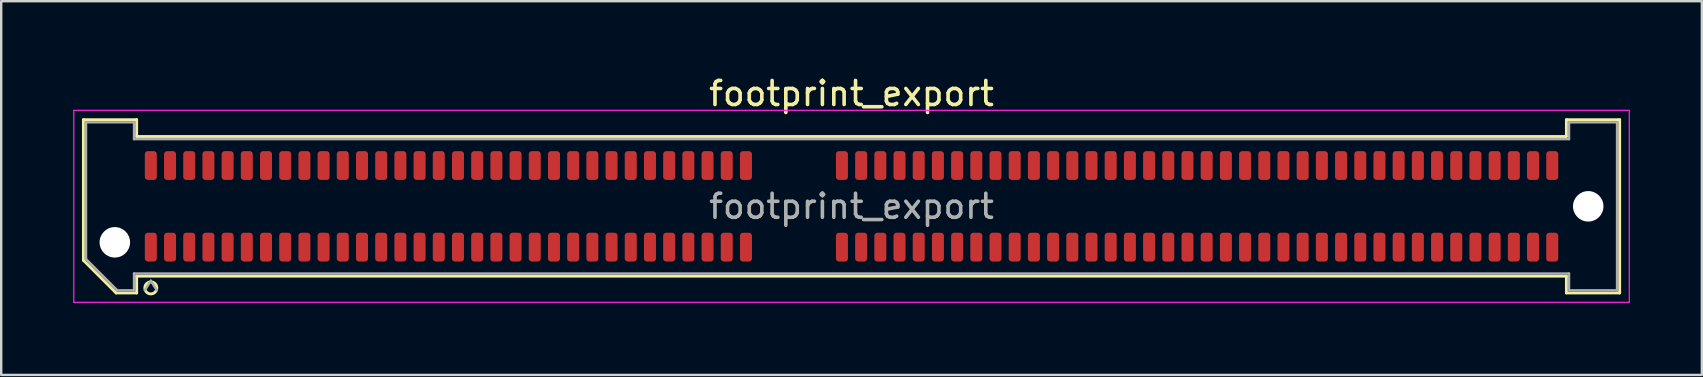
<source format=kicad_pcb>
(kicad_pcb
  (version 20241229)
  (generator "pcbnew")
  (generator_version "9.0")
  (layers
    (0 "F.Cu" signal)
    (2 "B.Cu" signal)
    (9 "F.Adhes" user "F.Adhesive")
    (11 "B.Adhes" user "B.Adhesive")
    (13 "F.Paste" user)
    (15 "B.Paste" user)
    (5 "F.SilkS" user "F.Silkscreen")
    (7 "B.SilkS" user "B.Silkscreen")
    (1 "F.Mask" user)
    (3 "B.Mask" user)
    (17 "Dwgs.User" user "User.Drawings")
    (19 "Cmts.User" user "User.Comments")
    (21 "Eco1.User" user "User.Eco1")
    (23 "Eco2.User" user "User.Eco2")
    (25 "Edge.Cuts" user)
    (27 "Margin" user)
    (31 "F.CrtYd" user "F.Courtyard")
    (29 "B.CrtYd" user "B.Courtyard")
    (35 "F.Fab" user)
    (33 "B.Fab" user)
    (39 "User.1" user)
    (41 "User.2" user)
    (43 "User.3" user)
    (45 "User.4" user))
  (footprint "footprint_export"
    (layer "F.Cu")
    (at 32.435 5.548)
    (property "Reference" "footprint_export" (at 0 -4.7 0) (layer "F.SilkS") (effects (font (size 1 1) (thickness 0.15))))
    (attr smd)
    (fp_line (start -32.01 -3.61) (end -29.79 -3.61) (stroke (width 0.12) (type solid)) (layer "F.SilkS"))
    (fp_line (start -32.01 2.246) (end -32.01 -3.61) (stroke (width 0.12) (type solid)) (layer "F.SilkS"))
    (fp_line (start -30.646 3.61) (end -32.01 2.246) (stroke (width 0.12) (type solid)) (layer "F.SilkS"))
    (fp_line (start -29.79 -3.61) (end -29.79 -2.91) (stroke (width 0.12) (type solid)) (layer "F.SilkS"))
    (fp_line (start -29.79 -2.91) (end 29.79 -2.91) (stroke (width 0.12) (type solid)) (layer "F.SilkS"))
    (fp_line (start -29.79 2.91) (end -29.79 3.61) (stroke (width 0.12) (type solid)) (layer "F.SilkS"))
    (fp_line (start -29.79 3.61) (end -30.646 3.61) (stroke (width 0.12) (type solid)) (layer "F.SilkS"))
    (fp_line (start 29.79 -3.61) (end 32.01 -3.61) (stroke (width 0.12) (type solid)) (layer "F.SilkS"))
    (fp_line (start 29.79 -2.91) (end 29.79 -3.61) (stroke (width 0.12) (type solid)) (layer "F.SilkS"))
    (fp_line (start 29.79 2.91) (end -29.79 2.91) (stroke (width 0.12) (type solid)) (layer "F.SilkS"))
    (fp_line (start 29.79 3.61) (end 29.79 2.91) (stroke (width 0.12) (type solid)) (layer "F.SilkS"))
    (fp_line (start 32.01 -3.61) (end 32.01 3.61) (stroke (width 0.12) (type solid)) (layer "F.SilkS"))
    (fp_line (start 32.01 3.61) (end 29.79 3.61) (stroke (width 0.12) (type solid)) (layer "F.SilkS"))
    (fp_arc (start -28.95 3.4) (mid -29.45 3.4) (end -28.95 3.4) (stroke (width 0.12) (type solid)) (layer "F.SilkS"))
    (fp_line (start -32.41 -4) (end -32.41 4) (stroke (width 0.05) (type solid)) (layer "F.CrtYd"))
    (fp_line (start -32.41 4) (end 32.41 4) (stroke (width 0.05) (type solid)) (layer "F.CrtYd"))
    (fp_line (start 32.41 -4) (end -32.41 -4) (stroke (width 0.05) (type solid)) (layer "F.CrtYd"))
    (fp_line (start 32.41 4) (end 32.41 -4) (stroke (width 0.05) (type solid)) (layer "F.CrtYd"))
    (fp_line (start -31.9 -3.5) (end -29.9 -3.5) (stroke (width 0.1) (type solid)) (layer "F.Fab"))
    (fp_line (start -31.9 2.2) (end -31.9 -3.5) (stroke (width 0.1) (type solid)) (layer "F.Fab"))
    (fp_line (start -30.6 3.5) (end -31.9 2.2) (stroke (width 0.1) (type solid)) (layer "F.Fab"))
    (fp_line (start -29.9 -3.5) (end -29.9 -2.8) (stroke (width 0.1) (type solid)) (layer "F.Fab"))
    (fp_line (start -29.9 -2.8) (end 29.9 -2.8) (stroke (width 0.1) (type solid)) (layer "F.Fab"))
    (fp_line (start -29.9 2.8) (end -29.9 3.5) (stroke (width 0.1) (type solid)) (layer "F.Fab"))
    (fp_line (start -29.9 3.5) (end -30.6 3.5) (stroke (width 0.1) (type solid)) (layer "F.Fab"))
    (fp_line (start -29.2 3.1) (end -29.45 3.5) (stroke (width 0.1) (type solid)) (layer "F.Fab"))
    (fp_line (start -29.2 3.1) (end -28.95 3.5) (stroke (width 0.1) (type solid)) (layer "F.Fab"))
    (fp_line (start 29.9 -3.5) (end 31.9 -3.5) (stroke (width 0.1) (type solid)) (layer "F.Fab"))
    (fp_line (start 29.9 -2.8) (end 29.9 -3.5) (stroke (width 0.1) (type solid)) (layer "F.Fab"))
    (fp_line (start 29.9 2.8) (end -29.9 2.8) (stroke (width 0.1) (type solid)) (layer "F.Fab"))
    (fp_line (start 29.9 3.5) (end 29.9 2.8) (stroke (width 0.1) (type solid)) (layer "F.Fab"))
    (fp_line (start 31.9 -3.5) (end 31.9 3.5) (stroke (width 0.1) (type solid)) (layer "F.Fab"))
    (fp_line (start 31.9 3.5) (end 29.9 3.5) (stroke (width 0.1) (type solid)) (layer "F.Fab"))
    (fp_text user "${REFERENCE}" (at 0 0 0) (layer "F.Fab") (effects (font (size 1 1) (thickness 0.15))))
    (pad "" np_thru_hole circle (at -30.7 1.5) (size 1.27 1.27) (drill 1.27) (layers "*.Cu" "*.Mask"))
    (pad "" np_thru_hole circle (at 30.7 0) (size 1.27 1.27) (drill 1.27) (layers "*.Cu" "*.Mask"))
    (pad "1" smd roundrect (at -29.2 1.7) (size 0.5 1.2) (layers "F.Cu" "F.Mask" "F.Paste") (roundrect_rratio 0.25))
    (pad "2" smd roundrect (at -29.2 -1.7) (size 0.5 1.2) (layers "F.Cu" "F.Mask" "F.Paste") (roundrect_rratio 0.25))
    (pad "3" smd roundrect (at -28.4 1.7) (size 0.5 1.2) (layers "F.Cu" "F.Mask" "F.Paste") (roundrect_rratio 0.25))
    (pad "4" smd roundrect (at -28.4 -1.7) (size 0.5 1.2) (layers "F.Cu" "F.Mask" "F.Paste") (roundrect_rratio 0.25))
    (pad "5" smd roundrect (at -27.6 1.7) (size 0.5 1.2) (layers "F.Cu" "F.Mask" "F.Paste") (roundrect_rratio 0.25))
    (pad "6" smd roundrect (at -27.6 -1.7) (size 0.5 1.2) (layers "F.Cu" "F.Mask" "F.Paste") (roundrect_rratio 0.25))
    (pad "7" smd roundrect (at -26.8 1.7) (size 0.5 1.2) (layers "F.Cu" "F.Mask" "F.Paste") (roundrect_rratio 0.25))
    (pad "8" smd roundrect (at -26.8 -1.7) (size 0.5 1.2) (layers "F.Cu" "F.Mask" "F.Paste") (roundrect_rratio 0.25))
    (pad "9" smd roundrect (at -26 1.7) (size 0.5 1.2) (layers "F.Cu" "F.Mask" "F.Paste") (roundrect_rratio 0.25))
    (pad "10" smd roundrect (at -26 -1.7) (size 0.5 1.2) (layers "F.Cu" "F.Mask" "F.Paste") (roundrect_rratio 0.25))
    (pad "11" smd roundrect (at -25.2 1.7) (size 0.5 1.2) (layers "F.Cu" "F.Mask" "F.Paste") (roundrect_rratio 0.25))
    (pad "12" smd roundrect (at -25.2 -1.7) (size 0.5 1.2) (layers "F.Cu" "F.Mask" "F.Paste") (roundrect_rratio 0.25))
    (pad "13" smd roundrect (at -24.4 1.7) (size 0.5 1.2) (layers "F.Cu" "F.Mask" "F.Paste") (roundrect_rratio 0.25))
    (pad "14" smd roundrect (at -24.4 -1.7) (size 0.5 1.2) (layers "F.Cu" "F.Mask" "F.Paste") (roundrect_rratio 0.25))
    (pad "15" smd roundrect (at -23.6 1.7) (size 0.5 1.2) (layers "F.Cu" "F.Mask" "F.Paste") (roundrect_rratio 0.25))
    (pad "16" smd roundrect (at -23.6 -1.7) (size 0.5 1.2) (layers "F.Cu" "F.Mask" "F.Paste") (roundrect_rratio 0.25))
    (pad "17" smd roundrect (at -22.8 1.7) (size 0.5 1.2) (layers "F.Cu" "F.Mask" "F.Paste") (roundrect_rratio 0.25))
    (pad "18" smd roundrect (at -22.8 -1.7) (size 0.5 1.2) (layers "F.Cu" "F.Mask" "F.Paste") (roundrect_rratio 0.25))
    (pad "19" smd roundrect (at -22 1.7) (size 0.5 1.2) (layers "F.Cu" "F.Mask" "F.Paste") (roundrect_rratio 0.25))
    (pad "20" smd roundrect (at -22 -1.7) (size 0.5 1.2) (layers "F.Cu" "F.Mask" "F.Paste") (roundrect_rratio 0.25))
    (pad "21" smd roundrect (at -21.2 1.7) (size 0.5 1.2) (layers "F.Cu" "F.Mask" "F.Paste") (roundrect_rratio 0.25))
    (pad "22" smd roundrect (at -21.2 -1.7) (size 0.5 1.2) (layers "F.Cu" "F.Mask" "F.Paste") (roundrect_rratio 0.25))
    (pad "23" smd roundrect (at -20.4 1.7) (size 0.5 1.2) (layers "F.Cu" "F.Mask" "F.Paste") (roundrect_rratio 0.25))
    (pad "24" smd roundrect (at -20.4 -1.7) (size 0.5 1.2) (layers "F.Cu" "F.Mask" "F.Paste") (roundrect_rratio 0.25))
    (pad "25" smd roundrect (at -19.6 1.7) (size 0.5 1.2) (layers "F.Cu" "F.Mask" "F.Paste") (roundrect_rratio 0.25))
    (pad "26" smd roundrect (at -19.6 -1.7) (size 0.5 1.2) (layers "F.Cu" "F.Mask" "F.Paste") (roundrect_rratio 0.25))
    (pad "27" smd roundrect (at -18.8 1.7) (size 0.5 1.2) (layers "F.Cu" "F.Mask" "F.Paste") (roundrect_rratio 0.25))
    (pad "28" smd roundrect (at -18.8 -1.7) (size 0.5 1.2) (layers "F.Cu" "F.Mask" "F.Paste") (roundrect_rratio 0.25))
    (pad "29" smd roundrect (at -18 1.7) (size 0.5 1.2) (layers "F.Cu" "F.Mask" "F.Paste") (roundrect_rratio 0.25))
    (pad "30" smd roundrect (at -18 -1.7) (size 0.5 1.2) (layers "F.Cu" "F.Mask" "F.Paste") (roundrect_rratio 0.25))
    (pad "31" smd roundrect (at -17.2 1.7) (size 0.5 1.2) (layers "F.Cu" "F.Mask" "F.Paste") (roundrect_rratio 0.25))
    (pad "32" smd roundrect (at -17.2 -1.7) (size 0.5 1.2) (layers "F.Cu" "F.Mask" "F.Paste") (roundrect_rratio 0.25))
    (pad "33" smd roundrect (at -16.4 1.7) (size 0.5 1.2) (layers "F.Cu" "F.Mask" "F.Paste") (roundrect_rratio 0.25))
    (pad "34" smd roundrect (at -16.4 -1.7) (size 0.5 1.2) (layers "F.Cu" "F.Mask" "F.Paste") (roundrect_rratio 0.25))
    (pad "35" smd roundrect (at -15.6 1.7) (size 0.5 1.2) (layers "F.Cu" "F.Mask" "F.Paste") (roundrect_rratio 0.25))
    (pad "36" smd roundrect (at -15.6 -1.7) (size 0.5 1.2) (layers "F.Cu" "F.Mask" "F.Paste") (roundrect_rratio 0.25))
    (pad "37" smd roundrect (at -14.8 1.7) (size 0.5 1.2) (layers "F.Cu" "F.Mask" "F.Paste") (roundrect_rratio 0.25))
    (pad "38" smd roundrect (at -14.8 -1.7) (size 0.5 1.2) (layers "F.Cu" "F.Mask" "F.Paste") (roundrect_rratio 0.25))
    (pad "39" smd roundrect (at -14 1.7) (size 0.5 1.2) (layers "F.Cu" "F.Mask" "F.Paste") (roundrect_rratio 0.25))
    (pad "40" smd roundrect (at -14 -1.7) (size 0.5 1.2) (layers "F.Cu" "F.Mask" "F.Paste") (roundrect_rratio 0.25))
    (pad "41" smd roundrect (at -13.2 1.7) (size 0.5 1.2) (layers "F.Cu" "F.Mask" "F.Paste") (roundrect_rratio 0.25))
    (pad "42" smd roundrect (at -13.2 -1.7) (size 0.5 1.2) (layers "F.Cu" "F.Mask" "F.Paste") (roundrect_rratio 0.25))
    (pad "43" smd roundrect (at -12.4 1.7) (size 0.5 1.2) (layers "F.Cu" "F.Mask" "F.Paste") (roundrect_rratio 0.25))
    (pad "44" smd roundrect (at -12.4 -1.7) (size 0.5 1.2) (layers "F.Cu" "F.Mask" "F.Paste") (roundrect_rratio 0.25))
    (pad "45" smd roundrect (at -11.6 1.7) (size 0.5 1.2) (layers "F.Cu" "F.Mask" "F.Paste") (roundrect_rratio 0.25))
    (pad "46" smd roundrect (at -11.6 -1.7) (size 0.5 1.2) (layers "F.Cu" "F.Mask" "F.Paste") (roundrect_rratio 0.25))
    (pad "47" smd roundrect (at -10.8 1.7) (size 0.5 1.2) (layers "F.Cu" "F.Mask" "F.Paste") (roundrect_rratio 0.25))
    (pad "48" smd roundrect (at -10.8 -1.7) (size 0.5 1.2) (layers "F.Cu" "F.Mask" "F.Paste") (roundrect_rratio 0.25))
    (pad "49" smd roundrect (at -10 1.7) (size 0.5 1.2) (layers "F.Cu" "F.Mask" "F.Paste") (roundrect_rratio 0.25))
    (pad "50" smd roundrect (at -10 -1.7) (size 0.5 1.2) (layers "F.Cu" "F.Mask" "F.Paste") (roundrect_rratio 0.25))
    (pad "51" smd roundrect (at -9.2 1.7) (size 0.5 1.2) (layers "F.Cu" "F.Mask" "F.Paste") (roundrect_rratio 0.25))
    (pad "52" smd roundrect (at -9.2 -1.7) (size 0.5 1.2) (layers "F.Cu" "F.Mask" "F.Paste") (roundrect_rratio 0.25))
    (pad "53" smd roundrect (at -8.4 1.7) (size 0.5 1.2) (layers "F.Cu" "F.Mask" "F.Paste") (roundrect_rratio 0.25))
    (pad "54" smd roundrect (at -8.4 -1.7) (size 0.5 1.2) (layers "F.Cu" "F.Mask" "F.Paste") (roundrect_rratio 0.25))
    (pad "55" smd roundrect (at -7.6 1.7) (size 0.5 1.2) (layers "F.Cu" "F.Mask" "F.Paste") (roundrect_rratio 0.25))
    (pad "56" smd roundrect (at -7.6 -1.7) (size 0.5 1.2) (layers "F.Cu" "F.Mask" "F.Paste") (roundrect_rratio 0.25))
    (pad "57" smd roundrect (at -6.8 1.7) (size 0.5 1.2) (layers "F.Cu" "F.Mask" "F.Paste") (roundrect_rratio 0.25))
    (pad "58" smd roundrect (at -6.8 -1.7) (size 0.5 1.2) (layers "F.Cu" "F.Mask" "F.Paste") (roundrect_rratio 0.25))
    (pad "59" smd roundrect (at -6 1.7) (size 0.5 1.2) (layers "F.Cu" "F.Mask" "F.Paste") (roundrect_rratio 0.25))
    (pad "60" smd roundrect (at -6 -1.7) (size 0.5 1.2) (layers "F.Cu" "F.Mask" "F.Paste") (roundrect_rratio 0.25))
    (pad "61" smd roundrect (at -5.2 1.7) (size 0.5 1.2) (layers "F.Cu" "F.Mask" "F.Paste") (roundrect_rratio 0.25))
    (pad "62" smd roundrect (at -5.2 -1.7) (size 0.5 1.2) (layers "F.Cu" "F.Mask" "F.Paste") (roundrect_rratio 0.25))
    (pad "63" smd roundrect (at -4.4 1.7) (size 0.5 1.2) (layers "F.Cu" "F.Mask" "F.Paste") (roundrect_rratio 0.25))
    (pad "64" smd roundrect (at -4.4 -1.7) (size 0.5 1.2) (layers "F.Cu" "F.Mask" "F.Paste") (roundrect_rratio 0.25))
    (pad "65" smd roundrect (at -0.4 1.7) (size 0.5 1.2) (layers "F.Cu" "F.Mask" "F.Paste") (roundrect_rratio 0.25))
    (pad "66" smd roundrect (at -0.4 -1.7) (size 0.5 1.2) (layers "F.Cu" "F.Mask" "F.Paste") (roundrect_rratio 0.25))
    (pad "67" smd roundrect (at 0.4 1.7) (size 0.5 1.2) (layers "F.Cu" "F.Mask" "F.Paste") (roundrect_rratio 0.25))
    (pad "68" smd roundrect (at 0.4 -1.7) (size 0.5 1.2) (layers "F.Cu" "F.Mask" "F.Paste") (roundrect_rratio 0.25))
    (pad "69" smd roundrect (at 1.2 1.7) (size 0.5 1.2) (layers "F.Cu" "F.Mask" "F.Paste") (roundrect_rratio 0.25))
    (pad "70" smd roundrect (at 1.2 -1.7) (size 0.5 1.2) (layers "F.Cu" "F.Mask" "F.Paste") (roundrect_rratio 0.25))
    (pad "71" smd roundrect (at 2 1.7) (size 0.5 1.2) (layers "F.Cu" "F.Mask" "F.Paste") (roundrect_rratio 0.25))
    (pad "72" smd roundrect (at 2 -1.7) (size 0.5 1.2) (layers "F.Cu" "F.Mask" "F.Paste") (roundrect_rratio 0.25))
    (pad "73" smd roundrect (at 2.8 1.7) (size 0.5 1.2) (layers "F.Cu" "F.Mask" "F.Paste") (roundrect_rratio 0.25))
    (pad "74" smd roundrect (at 2.8 -1.7) (size 0.5 1.2) (layers "F.Cu" "F.Mask" "F.Paste") (roundrect_rratio 0.25))
    (pad "75" smd roundrect (at 3.6 1.7) (size 0.5 1.2) (layers "F.Cu" "F.Mask" "F.Paste") (roundrect_rratio 0.25))
    (pad "76" smd roundrect (at 3.6 -1.7) (size 0.5 1.2) (layers "F.Cu" "F.Mask" "F.Paste") (roundrect_rratio 0.25))
    (pad "77" smd roundrect (at 4.4 1.7) (size 0.5 1.2) (layers "F.Cu" "F.Mask" "F.Paste") (roundrect_rratio 0.25))
    (pad "78" smd roundrect (at 4.4 -1.7) (size 0.5 1.2) (layers "F.Cu" "F.Mask" "F.Paste") (roundrect_rratio 0.25))
    (pad "79" smd roundrect (at 5.2 1.7) (size 0.5 1.2) (layers "F.Cu" "F.Mask" "F.Paste") (roundrect_rratio 0.25))
    (pad "80" smd roundrect (at 5.2 -1.7) (size 0.5 1.2) (layers "F.Cu" "F.Mask" "F.Paste") (roundrect_rratio 0.25))
    (pad "81" smd roundrect (at 6 1.7) (size 0.5 1.2) (layers "F.Cu" "F.Mask" "F.Paste") (roundrect_rratio 0.25))
    (pad "82" smd roundrect (at 6 -1.7) (size 0.5 1.2) (layers "F.Cu" "F.Mask" "F.Paste") (roundrect_rratio 0.25))
    (pad "83" smd roundrect (at 6.8 1.7) (size 0.5 1.2) (layers "F.Cu" "F.Mask" "F.Paste") (roundrect_rratio 0.25))
    (pad "84" smd roundrect (at 6.8 -1.7) (size 0.5 1.2) (layers "F.Cu" "F.Mask" "F.Paste") (roundrect_rratio 0.25))
    (pad "85" smd roundrect (at 7.6 1.7) (size 0.5 1.2) (layers "F.Cu" "F.Mask" "F.Paste") (roundrect_rratio 0.25))
    (pad "86" smd roundrect (at 7.6 -1.7) (size 0.5 1.2) (layers "F.Cu" "F.Mask" "F.Paste") (roundrect_rratio 0.25))
    (pad "87" smd roundrect (at 8.4 1.7) (size 0.5 1.2) (layers "F.Cu" "F.Mask" "F.Paste") (roundrect_rratio 0.25))
    (pad "88" smd roundrect (at 8.4 -1.7) (size 0.5 1.2) (layers "F.Cu" "F.Mask" "F.Paste") (roundrect_rratio 0.25))
    (pad "89" smd roundrect (at 9.2 1.7) (size 0.5 1.2) (layers "F.Cu" "F.Mask" "F.Paste") (roundrect_rratio 0.25))
    (pad "90" smd roundrect (at 9.2 -1.7) (size 0.5 1.2) (layers "F.Cu" "F.Mask" "F.Paste") (roundrect_rratio 0.25))
    (pad "91" smd roundrect (at 10 1.7) (size 0.5 1.2) (layers "F.Cu" "F.Mask" "F.Paste") (roundrect_rratio 0.25))
    (pad "92" smd roundrect (at 10 -1.7) (size 0.5 1.2) (layers "F.Cu" "F.Mask" "F.Paste") (roundrect_rratio 0.25))
    (pad "93" smd roundrect (at 10.8 1.7) (size 0.5 1.2) (layers "F.Cu" "F.Mask" "F.Paste") (roundrect_rratio 0.25))
    (pad "94" smd roundrect (at 10.8 -1.7) (size 0.5 1.2) (layers "F.Cu" "F.Mask" "F.Paste") (roundrect_rratio 0.25))
    (pad "95" smd roundrect (at 11.6 1.7) (size 0.5 1.2) (layers "F.Cu" "F.Mask" "F.Paste") (roundrect_rratio 0.25))
    (pad "96" smd roundrect (at 11.6 -1.7) (size 0.5 1.2) (layers "F.Cu" "F.Mask" "F.Paste") (roundrect_rratio 0.25))
    (pad "97" smd roundrect (at 12.4 1.7) (size 0.5 1.2) (layers "F.Cu" "F.Mask" "F.Paste") (roundrect_rratio 0.25))
    (pad "98" smd roundrect (at 12.4 -1.7) (size 0.5 1.2) (layers "F.Cu" "F.Mask" "F.Paste") (roundrect_rratio 0.25))
    (pad "99" smd roundrect (at 13.2 1.7) (size 0.5 1.2) (layers "F.Cu" "F.Mask" "F.Paste") (roundrect_rratio 0.25))
    (pad "100" smd roundrect (at 13.2 -1.7) (size 0.5 1.2) (layers "F.Cu" "F.Mask" "F.Paste") (roundrect_rratio 0.25))
    (pad "101" smd roundrect (at 14 1.7) (size 0.5 1.2) (layers "F.Cu" "F.Mask" "F.Paste") (roundrect_rratio 0.25))
    (pad "102" smd roundrect (at 14 -1.7) (size 0.5 1.2) (layers "F.Cu" "F.Mask" "F.Paste") (roundrect_rratio 0.25))
    (pad "103" smd roundrect (at 14.8 1.7) (size 0.5 1.2) (layers "F.Cu" "F.Mask" "F.Paste") (roundrect_rratio 0.25))
    (pad "104" smd roundrect (at 14.8 -1.7) (size 0.5 1.2) (layers "F.Cu" "F.Mask" "F.Paste") (roundrect_rratio 0.25))
    (pad "105" smd roundrect (at 15.6 1.7) (size 0.5 1.2) (layers "F.Cu" "F.Mask" "F.Paste") (roundrect_rratio 0.25))
    (pad "106" smd roundrect (at 15.6 -1.7) (size 0.5 1.2) (layers "F.Cu" "F.Mask" "F.Paste") (roundrect_rratio 0.25))
    (pad "107" smd roundrect (at 16.4 1.7) (size 0.5 1.2) (layers "F.Cu" "F.Mask" "F.Paste") (roundrect_rratio 0.25))
    (pad "108" smd roundrect (at 16.4 -1.7) (size 0.5 1.2) (layers "F.Cu" "F.Mask" "F.Paste") (roundrect_rratio 0.25))
    (pad "109" smd roundrect (at 17.2 1.7) (size 0.5 1.2) (layers "F.Cu" "F.Mask" "F.Paste") (roundrect_rratio 0.25))
    (pad "110" smd roundrect (at 17.2 -1.7) (size 0.5 1.2) (layers "F.Cu" "F.Mask" "F.Paste") (roundrect_rratio 0.25))
    (pad "111" smd roundrect (at 18 1.7) (size 0.5 1.2) (layers "F.Cu" "F.Mask" "F.Paste") (roundrect_rratio 0.25))
    (pad "112" smd roundrect (at 18 -1.7) (size 0.5 1.2) (layers "F.Cu" "F.Mask" "F.Paste") (roundrect_rratio 0.25))
    (pad "113" smd roundrect (at 18.8 1.7) (size 0.5 1.2) (layers "F.Cu" "F.Mask" "F.Paste") (roundrect_rratio 0.25))
    (pad "114" smd roundrect (at 18.8 -1.7) (size 0.5 1.2) (layers "F.Cu" "F.Mask" "F.Paste") (roundrect_rratio 0.25))
    (pad "115" smd roundrect (at 19.6 1.7) (size 0.5 1.2) (layers "F.Cu" "F.Mask" "F.Paste") (roundrect_rratio 0.25))
    (pad "116" smd roundrect (at 19.6 -1.7) (size 0.5 1.2) (layers "F.Cu" "F.Mask" "F.Paste") (roundrect_rratio 0.25))
    (pad "117" smd roundrect (at 20.4 1.7) (size 0.5 1.2) (layers "F.Cu" "F.Mask" "F.Paste") (roundrect_rratio 0.25))
    (pad "118" smd roundrect (at 20.4 -1.7) (size 0.5 1.2) (layers "F.Cu" "F.Mask" "F.Paste") (roundrect_rratio 0.25))
    (pad "119" smd roundrect (at 21.2 1.7) (size 0.5 1.2) (layers "F.Cu" "F.Mask" "F.Paste") (roundrect_rratio 0.25))
    (pad "120" smd roundrect (at 21.2 -1.7) (size 0.5 1.2) (layers "F.Cu" "F.Mask" "F.Paste") (roundrect_rratio 0.25))
    (pad "121" smd roundrect (at 22 1.7) (size 0.5 1.2) (layers "F.Cu" "F.Mask" "F.Paste") (roundrect_rratio 0.25))
    (pad "122" smd roundrect (at 22 -1.7) (size 0.5 1.2) (layers "F.Cu" "F.Mask" "F.Paste") (roundrect_rratio 0.25))
    (pad "123" smd roundrect (at 22.8 1.7) (size 0.5 1.2) (layers "F.Cu" "F.Mask" "F.Paste") (roundrect_rratio 0.25))
    (pad "124" smd roundrect (at 22.8 -1.7) (size 0.5 1.2) (layers "F.Cu" "F.Mask" "F.Paste") (roundrect_rratio 0.25))
    (pad "125" smd roundrect (at 23.6 1.7) (size 0.5 1.2) (layers "F.Cu" "F.Mask" "F.Paste") (roundrect_rratio 0.25))
    (pad "126" smd roundrect (at 23.6 -1.7) (size 0.5 1.2) (layers "F.Cu" "F.Mask" "F.Paste") (roundrect_rratio 0.25))
    (pad "127" smd roundrect (at 24.4 1.7) (size 0.5 1.2) (layers "F.Cu" "F.Mask" "F.Paste") (roundrect_rratio 0.25))
    (pad "128" smd roundrect (at 24.4 -1.7) (size 0.5 1.2) (layers "F.Cu" "F.Mask" "F.Paste") (roundrect_rratio 0.25))
    (pad "129" smd roundrect (at 25.2 1.7) (size 0.5 1.2) (layers "F.Cu" "F.Mask" "F.Paste") (roundrect_rratio 0.25))
    (pad "130" smd roundrect (at 25.2 -1.7) (size 0.5 1.2) (layers "F.Cu" "F.Mask" "F.Paste") (roundrect_rratio 0.25))
    (pad "131" smd roundrect (at 26 1.7) (size 0.5 1.2) (layers "F.Cu" "F.Mask" "F.Paste") (roundrect_rratio 0.25))
    (pad "132" smd roundrect (at 26 -1.7) (size 0.5 1.2) (layers "F.Cu" "F.Mask" "F.Paste") (roundrect_rratio 0.25))
    (pad "133" smd roundrect (at 26.8 1.7) (size 0.5 1.2) (layers "F.Cu" "F.Mask" "F.Paste") (roundrect_rratio 0.25))
    (pad "134" smd roundrect (at 26.8 -1.7) (size 0.5 1.2) (layers "F.Cu" "F.Mask" "F.Paste") (roundrect_rratio 0.25))
    (pad "135" smd roundrect (at 27.6 1.7) (size 0.5 1.2) (layers "F.Cu" "F.Mask" "F.Paste") (roundrect_rratio 0.25))
    (pad "136" smd roundrect (at 27.6 -1.7) (size 0.5 1.2) (layers "F.Cu" "F.Mask" "F.Paste") (roundrect_rratio 0.25))
    (pad "137" smd roundrect (at 28.4 1.7) (size 0.5 1.2) (layers "F.Cu" "F.Mask" "F.Paste") (roundrect_rratio 0.25))
    (pad "138" smd roundrect (at 28.4 -1.7) (size 0.5 1.2) (layers "F.Cu" "F.Mask" "F.Paste") (roundrect_rratio 0.25))
    (pad "139" smd roundrect (at 29.2 1.7) (size 0.5 1.2) (layers "F.Cu" "F.Mask" "F.Paste") (roundrect_rratio 0.25))
    (pad "140" smd roundrect (at 29.2 -1.7) (size 0.5 1.2) (layers "F.Cu" "F.Mask" "F.Paste") (roundrect_rratio 0.25)))
  (gr_rect
    (start -3 -3)
    (end 67.87 12.573)
    (stroke (width 0.1) (type default))
    (fill no)
    (layer "Edge.Cuts")))
</source>
